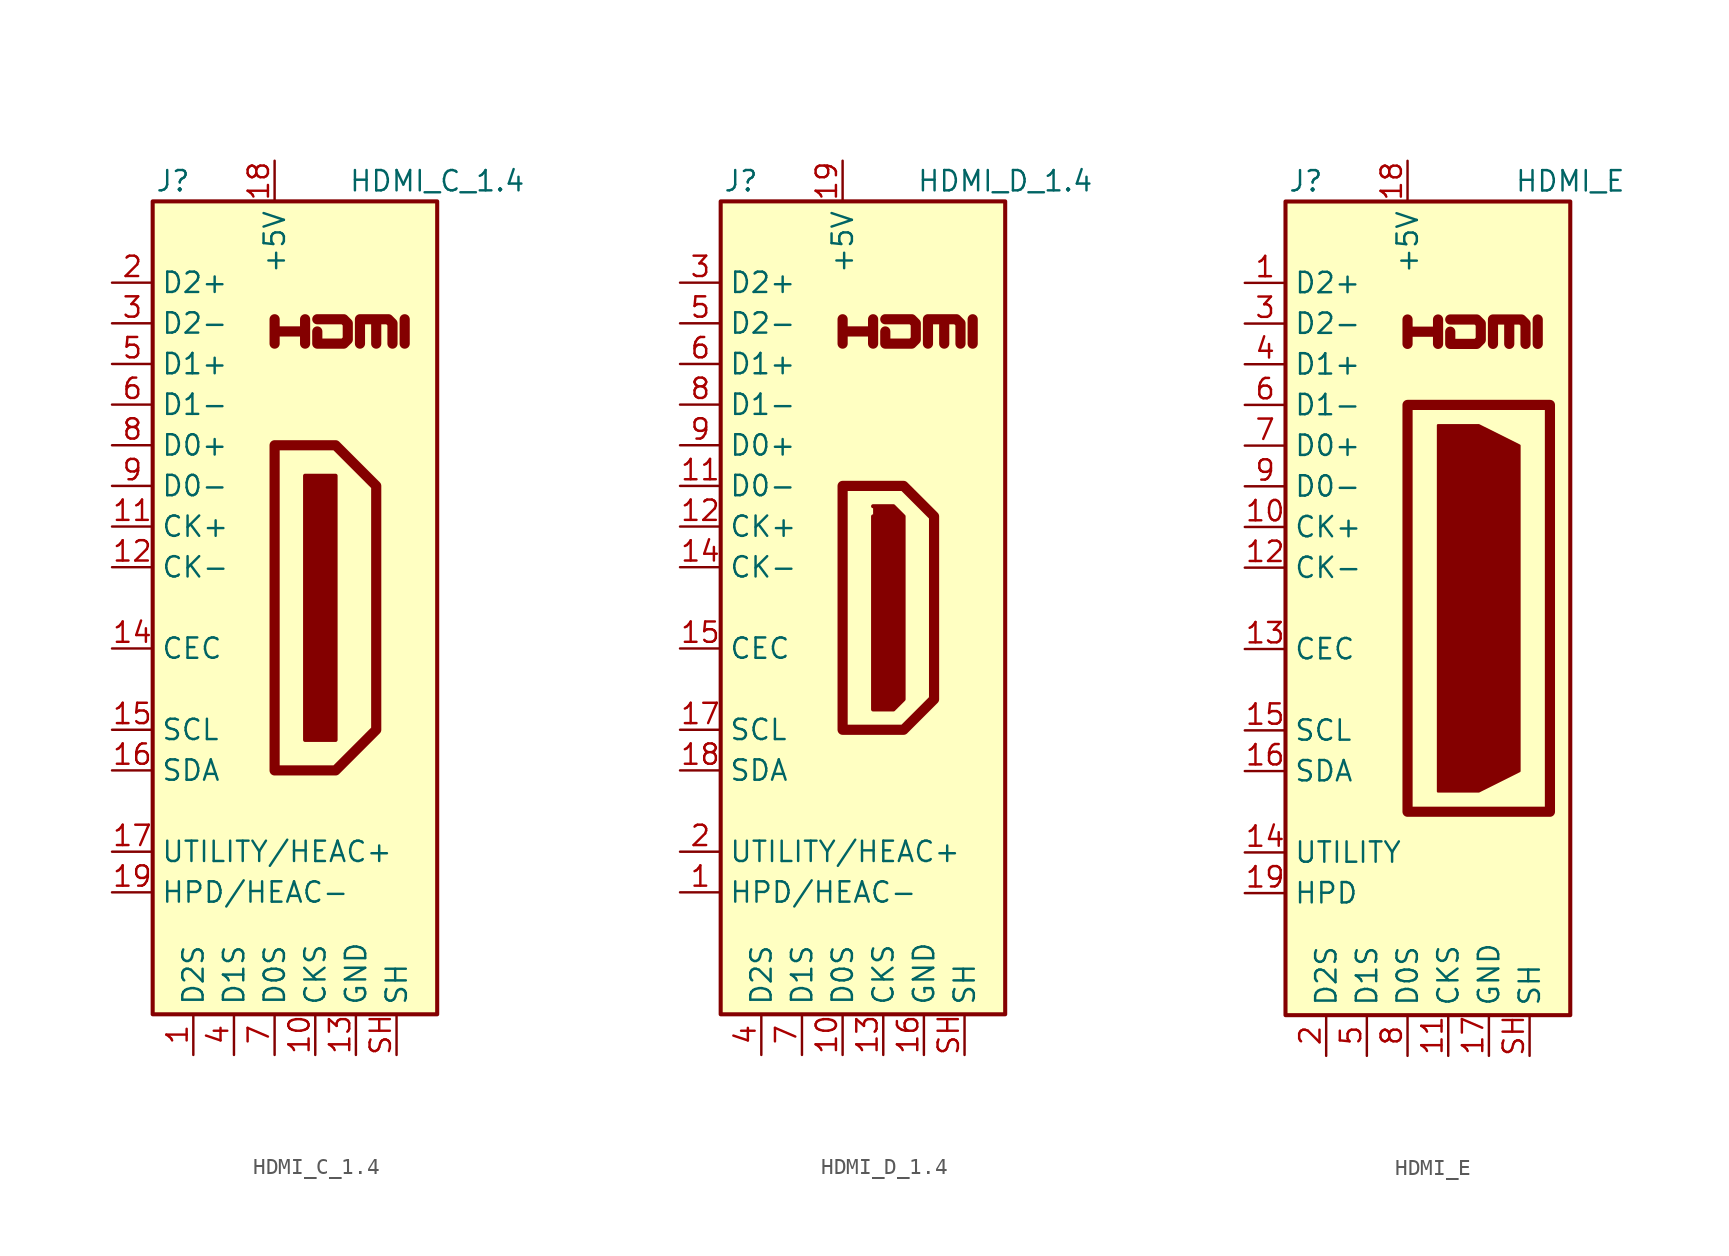
<source format=kicad_sym>
(kicad_symbol_lib
  (version 20220914)
  (generator kicad_symbol_editor)
  (symbol "HDMI_C_1.4"
    (property "Reference" "J"
      (at -6.35 26.67 0)
      (effects (font (size 1.27 1.27))))
    (property "Value" "HDMI_C_1.4"
      (at 10.16 26.67 0)
      (effects (font (size 1.27 1.27))))
    (symbol "HDMI_C_1.4_0_0"
      (polyline (pts (xy 8.128 16.51) (xy 8.128 18.034)) (stroke (width 0.635) (type default)) (fill (type none)))
      (polyline (pts (xy 0 16.51) (xy 0 18.034) (xy 0 17.272) (xy 1.905 17.272) (xy 1.905 18.034) (xy 1.905 16.51)) (stroke (width 0.635) (type default)) (fill (type none)))
      (polyline (pts (xy 2.667 18.034) (xy 4.318 18.034) (xy 4.572 17.78) (xy 4.572 16.764) (xy 4.318 16.51) (xy 2.667 16.51) (xy 2.667 17.272)) (stroke (width 0.635) (type default)) (fill (type none))))
    (symbol "HDMI_C_1.4_0_1"
      (rectangle (start -7.62 25.4) (end 10.16 -25.4) (stroke (width 0.254) (type default)) (fill (type background)))
      (polyline (pts (xy 0 10.16) (xy 3.81 10.16) (xy 6.35 7.62) (xy 6.35 -7.62) (xy 3.81 -10.16) (xy 0 -10.16) (xy 0 10.16)) (stroke (width 0.635) (type default)) (fill (type none)))
      (polyline (pts (xy 5.334 16.51) (xy 5.334 18.034) (xy 6.35 18.034) (xy 6.35 16.51) (xy 6.35 18.034) (xy 7.112 18.034) (xy 7.366 17.78) (xy 7.366 16.51)) (stroke (width 0.635) (type default)) (fill (type none)))
      (rectangle (start 1.905 8.255) (end 3.81 -8.255) (stroke (width 0.254) (type default)) (fill (type outline))))
    (symbol "HDMI_C_1.4_1_1"
      (pin power_in line (at -5.08 -27.94 90) (length 2.54) (name "D2S" (effects (font (size 1.27 1.27)))) (number "1" (effects (font (size 1.27 1.27)))))
      (pin power_in line (at 2.54 -27.94 90) (length 2.54) (name "CKS" (effects (font (size 1.27 1.27)))) (number "10" (effects (font (size 1.27 1.27)))))
      (pin passive line (at -10.16 5.08 0) (length 2.54) (name "CK+" (effects (font (size 1.27 1.27)))) (number "11" (effects (font (size 1.27 1.27)))))
      (pin passive line (at -10.16 2.54 0) (length 2.54) (name "CK-" (effects (font (size 1.27 1.27)))) (number "12" (effects (font (size 1.27 1.27)))))
      (pin power_in line (at 5.08 -27.94 90) (length 2.54) (name "GND" (effects (font (size 1.27 1.27)))) (number "13" (effects (font (size 1.27 1.27)))))
      (pin bidirectional line (at -10.16 -2.54 0) (length 2.54) (name "CEC" (effects (font (size 1.27 1.27)))) (number "14" (effects (font (size 1.27 1.27)))))
      (pin passive line (at -10.16 -7.62 0) (length 2.54) (name "SCL" (effects (font (size 1.27 1.27)))) (number "15" (effects (font (size 1.27 1.27)))))
      (pin bidirectional line (at -10.16 -10.16 0) (length 2.54) (name "SDA" (effects (font (size 1.27 1.27)))) (number "16" (effects (font (size 1.27 1.27)))))
      (pin passive line (at -10.16 -15.24 0) (length 2.54) (name "UTILITY/HEAC+" (effects (font (size 1.27 1.27)))) (number "17" (effects (font (size 1.27 1.27)))))
      (pin power_in line (at 0 27.94 270) (length 2.54) (name "+5V" (effects (font (size 1.27 1.27)))) (number "18" (effects (font (size 1.27 1.27)))))
      (pin passive line (at -10.16 -17.78 0) (length 2.54) (name "HPD/HEAC-" (effects (font (size 1.27 1.27)))) (number "19" (effects (font (size 1.27 1.27)))))
      (pin passive line (at -10.16 20.32 0) (length 2.54) (name "D2+" (effects (font (size 1.27 1.27)))) (number "2" (effects (font (size 1.27 1.27)))))
      (pin passive line (at -10.16 17.78 0) (length 2.54) (name "D2-" (effects (font (size 1.27 1.27)))) (number "3" (effects (font (size 1.27 1.27)))))
      (pin power_in line (at -2.54 -27.94 90) (length 2.54) (name "D1S" (effects (font (size 1.27 1.27)))) (number "4" (effects (font (size 1.27 1.27)))))
      (pin passive line (at -10.16 15.24 0) (length 2.54) (name "D1+" (effects (font (size 1.27 1.27)))) (number "5" (effects (font (size 1.27 1.27)))))
      (pin passive line (at -10.16 12.7 0) (length 2.54) (name "D1-" (effects (font (size 1.27 1.27)))) (number "6" (effects (font (size 1.27 1.27)))))
      (pin power_in line (at 0 -27.94 90) (length 2.54) (name "D0S" (effects (font (size 1.27 1.27)))) (number "7" (effects (font (size 1.27 1.27)))))
      (pin passive line (at -10.16 10.16 0) (length 2.54) (name "D0+" (effects (font (size 1.27 1.27)))) (number "8" (effects (font (size 1.27 1.27)))))
      (pin passive line (at -10.16 7.62 0) (length 2.54) (name "D0-" (effects (font (size 1.27 1.27)))) (number "9" (effects (font (size 1.27 1.27)))))
      (pin passive line (at 7.62 -27.94 90) (length 2.54) (name "SH" (effects (font (size 1.27 1.27)))) (number "SH" (effects (font (size 1.27 1.27)))))))
  (symbol "HDMI_D_1.4"
    (property "Reference" "J"
      (at -6.35 26.67 0)
      (effects (font (size 1.27 1.27))))
    (property "Value" "HDMI_D_1.4"
      (at 10.16 26.67 0)
      (effects (font (size 1.27 1.27))))
    (symbol "HDMI_D_1.4_0_0"
      (polyline (pts (xy 8.128 16.51) (xy 8.128 18.034)) (stroke (width 0.635) (type default)) (fill (type none)))
      (polyline (pts (xy 0 16.51) (xy 0 18.034) (xy 0 17.272) (xy 1.905 17.272) (xy 1.905 18.034) (xy 1.905 16.51)) (stroke (width 0.635) (type default)) (fill (type none)))
      (polyline (pts (xy 2.667 18.034) (xy 4.318 18.034) (xy 4.572 17.78) (xy 4.572 16.764) (xy 4.318 16.51) (xy 2.667 16.51) (xy 2.667 17.272)) (stroke (width 0.635) (type default)) (fill (type none))))
    (symbol "HDMI_D_1.4_0_1"
      (rectangle (start -7.62 25.4) (end 10.16 -25.4) (stroke (width 0.254) (type default)) (fill (type background)))
      (polyline (pts (xy 0 7.62) (xy 3.81 7.62) (xy 5.715 5.715) (xy 5.715 -5.715) (xy 3.81 -7.62) (xy 0 -7.62) (xy 0 7.62)) (stroke (width 0.635) (type default)) (fill (type none)))
      (polyline (pts (xy 1.905 6.35) (xy 3.175 6.35) (xy 3.81 5.715) (xy 3.81 -5.715) (xy 3.175 -6.35) (xy 1.905 -6.35) (xy 1.905 5.715)) (stroke (width 0.254) (type default)) (fill (type outline)))
      (polyline (pts (xy 5.334 16.51) (xy 5.334 18.034) (xy 6.35 18.034) (xy 6.35 16.51) (xy 6.35 18.034) (xy 7.112 18.034) (xy 7.366 17.78) (xy 7.366 16.51)) (stroke (width 0.635) (type default)) (fill (type none))))
    (symbol "HDMI_D_1.4_1_1"
      (pin passive line (at -10.16 -17.78 0) (length 2.54) (name "HPD/HEAC-" (effects (font (size 1.27 1.27)))) (number "1" (effects (font (size 1.27 1.27)))))
      (pin power_in line (at 0 -27.94 90) (length 2.54) (name "D0S" (effects (font (size 1.27 1.27)))) (number "10" (effects (font (size 1.27 1.27)))))
      (pin passive line (at -10.16 7.62 0) (length 2.54) (name "D0-" (effects (font (size 1.27 1.27)))) (number "11" (effects (font (size 1.27 1.27)))))
      (pin passive line (at -10.16 5.08 0) (length 2.54) (name "CK+" (effects (font (size 1.27 1.27)))) (number "12" (effects (font (size 1.27 1.27)))))
      (pin power_in line (at 2.54 -27.94 90) (length 2.54) (name "CKS" (effects (font (size 1.27 1.27)))) (number "13" (effects (font (size 1.27 1.27)))))
      (pin passive line (at -10.16 2.54 0) (length 2.54) (name "CK-" (effects (font (size 1.27 1.27)))) (number "14" (effects (font (size 1.27 1.27)))))
      (pin bidirectional line (at -10.16 -2.54 0) (length 2.54) (name "CEC" (effects (font (size 1.27 1.27)))) (number "15" (effects (font (size 1.27 1.27)))))
      (pin power_in line (at 5.08 -27.94 90) (length 2.54) (name "GND" (effects (font (size 1.27 1.27)))) (number "16" (effects (font (size 1.27 1.27)))))
      (pin passive line (at -10.16 -7.62 0) (length 2.54) (name "SCL" (effects (font (size 1.27 1.27)))) (number "17" (effects (font (size 1.27 1.27)))))
      (pin bidirectional line (at -10.16 -10.16 0) (length 2.54) (name "SDA" (effects (font (size 1.27 1.27)))) (number "18" (effects (font (size 1.27 1.27)))))
      (pin power_in line (at 0 27.94 270) (length 2.54) (name "+5V" (effects (font (size 1.27 1.27)))) (number "19" (effects (font (size 1.27 1.27)))))
      (pin passive line (at -10.16 -15.24 0) (length 2.54) (name "UTILITY/HEAC+" (effects (font (size 1.27 1.27)))) (number "2" (effects (font (size 1.27 1.27)))))
      (pin passive line (at -10.16 20.32 0) (length 2.54) (name "D2+" (effects (font (size 1.27 1.27)))) (number "3" (effects (font (size 1.27 1.27)))))
      (pin power_in line (at -5.08 -27.94 90) (length 2.54) (name "D2S" (effects (font (size 1.27 1.27)))) (number "4" (effects (font (size 1.27 1.27)))))
      (pin passive line (at -10.16 17.78 0) (length 2.54) (name "D2-" (effects (font (size 1.27 1.27)))) (number "5" (effects (font (size 1.27 1.27)))))
      (pin passive line (at -10.16 15.24 0) (length 2.54) (name "D1+" (effects (font (size 1.27 1.27)))) (number "6" (effects (font (size 1.27 1.27)))))
      (pin power_in line (at -2.54 -27.94 90) (length 2.54) (name "D1S" (effects (font (size 1.27 1.27)))) (number "7" (effects (font (size 1.27 1.27)))))
      (pin passive line (at -10.16 12.7 0) (length 2.54) (name "D1-" (effects (font (size 1.27 1.27)))) (number "8" (effects (font (size 1.27 1.27)))))
      (pin passive line (at -10.16 10.16 0) (length 2.54) (name "D0+" (effects (font (size 1.27 1.27)))) (number "9" (effects (font (size 1.27 1.27)))))
      (pin passive line (at 7.62 -27.94 90) (length 2.54) (name "SH" (effects (font (size 1.27 1.27)))) (number "SH" (effects (font (size 1.27 1.27)))))))
  (symbol "HDMI_E"
    (property "Reference" "J"
      (at -6.35 26.67 0)
      (effects (font (size 1.27 1.27))))
    (property "Value" "HDMI_E"
      (at 10.16 26.67 0)
      (effects (font (size 1.27 1.27))))
    (symbol "HDMI_E_0_0"
      (polyline (pts (xy 8.128 16.51) (xy 8.128 18.034)) (stroke (width 0.635) (type default)) (fill (type none)))
      (polyline (pts (xy 0 16.51) (xy 0 18.034) (xy 0 17.272) (xy 1.905 17.272) (xy 1.905 18.034) (xy 1.905 16.51)) (stroke (width 0.635) (type default)) (fill (type none)))
      (polyline (pts (xy 2.667 18.034) (xy 4.318 18.034) (xy 4.572 17.78) (xy 4.572 16.764) (xy 4.318 16.51) (xy 2.667 16.51) (xy 2.667 17.272)) (stroke (width 0.635) (type default)) (fill (type none))))
    (symbol "HDMI_E_0_1"
      (rectangle (start -7.62 25.4) (end 10.16 -25.4) (stroke (width 0.254) (type default)) (fill (type background)))
      (polyline (pts (xy 1.905 11.43) (xy 4.445 11.43) (xy 6.985 10.16) (xy 6.985 -10.16) (xy 4.445 -11.43) (xy 1.905 -11.43) (xy 1.905 11.43)) (stroke (width 0) (type default)) (fill (type outline)))
      (polyline (pts (xy 5.334 16.51) (xy 5.334 18.034) (xy 6.35 18.034) (xy 6.35 16.51) (xy 6.35 18.034) (xy 7.112 18.034) (xy 7.366 17.78) (xy 7.366 16.51)) (stroke (width 0.635) (type default)) (fill (type none)))
      (rectangle (start 0 12.7) (end 8.89 -12.7) (stroke (width 0.635) (type default)) (fill (type none))))
    (symbol "HDMI_E_1_1"
      (pin passive line (at -10.16 20.32 0) (length 2.54) (name "D2+" (effects (font (size 1.27 1.27)))) (number "1" (effects (font (size 1.27 1.27)))))
      (pin passive line (at -10.16 5.08 0) (length 2.54) (name "CK+" (effects (font (size 1.27 1.27)))) (number "10" (effects (font (size 1.27 1.27)))))
      (pin power_in line (at 2.54 -27.94 90) (length 2.54) (name "CKS" (effects (font (size 1.27 1.27)))) (number "11" (effects (font (size 1.27 1.27)))))
      (pin passive line (at -10.16 2.54 0) (length 2.54) (name "CK-" (effects (font (size 1.27 1.27)))) (number "12" (effects (font (size 1.27 1.27)))))
      (pin bidirectional line (at -10.16 -2.54 0) (length 2.54) (name "CEC" (effects (font (size 1.27 1.27)))) (number "13" (effects (font (size 1.27 1.27)))))
      (pin passive line (at -10.16 -15.24 0) (length 2.54) (name "UTILITY" (effects (font (size 1.27 1.27)))) (number "14" (effects (font (size 1.27 1.27)))))
      (pin passive line (at -10.16 -7.62 0) (length 2.54) (name "SCL" (effects (font (size 1.27 1.27)))) (number "15" (effects (font (size 1.27 1.27)))))
      (pin bidirectional line (at -10.16 -10.16 0) (length 2.54) (name "SDA" (effects (font (size 1.27 1.27)))) (number "16" (effects (font (size 1.27 1.27)))))
      (pin power_in line (at 5.08 -27.94 90) (length 2.54) (name "GND" (effects (font (size 1.27 1.27)))) (number "17" (effects (font (size 1.27 1.27)))))
      (pin power_in line (at 0 27.94 270) (length 2.54) (name "+5V" (effects (font (size 1.27 1.27)))) (number "18" (effects (font (size 1.27 1.27)))))
      (pin passive line (at -10.16 -17.78 0) (length 2.54) (name "HPD" (effects (font (size 1.27 1.27)))) (number "19" (effects (font (size 1.27 1.27)))))
      (pin power_in line (at -5.08 -27.94 90) (length 2.54) (name "D2S" (effects (font (size 1.27 1.27)))) (number "2" (effects (font (size 1.27 1.27)))))
      (pin passive line (at -10.16 17.78 0) (length 2.54) (name "D2-" (effects (font (size 1.27 1.27)))) (number "3" (effects (font (size 1.27 1.27)))))
      (pin passive line (at -10.16 15.24 0) (length 2.54) (name "D1+" (effects (font (size 1.27 1.27)))) (number "4" (effects (font (size 1.27 1.27)))))
      (pin power_in line (at -2.54 -27.94 90) (length 2.54) (name "D1S" (effects (font (size 1.27 1.27)))) (number "5" (effects (font (size 1.27 1.27)))))
      (pin passive line (at -10.16 12.7 0) (length 2.54) (name "D1-" (effects (font (size 1.27 1.27)))) (number "6" (effects (font (size 1.27 1.27)))))
      (pin passive line (at -10.16 10.16 0) (length 2.54) (name "D0+" (effects (font (size 1.27 1.27)))) (number "7" (effects (font (size 1.27 1.27)))))
      (pin power_in line (at 0 -27.94 90) (length 2.54) (name "D0S" (effects (font (size 1.27 1.27)))) (number "8" (effects (font (size 1.27 1.27)))))
      (pin passive line (at -10.16 7.62 0) (length 2.54) (name "D0-" (effects (font (size 1.27 1.27)))) (number "9" (effects (font (size 1.27 1.27)))))
      (pin passive line (at 7.62 -27.94 90) (length 2.54) (name "SH" (effects (font (size 1.27 1.27)))) (number "SH" (effects (font (size 1.27 1.27))))))))
</source>
